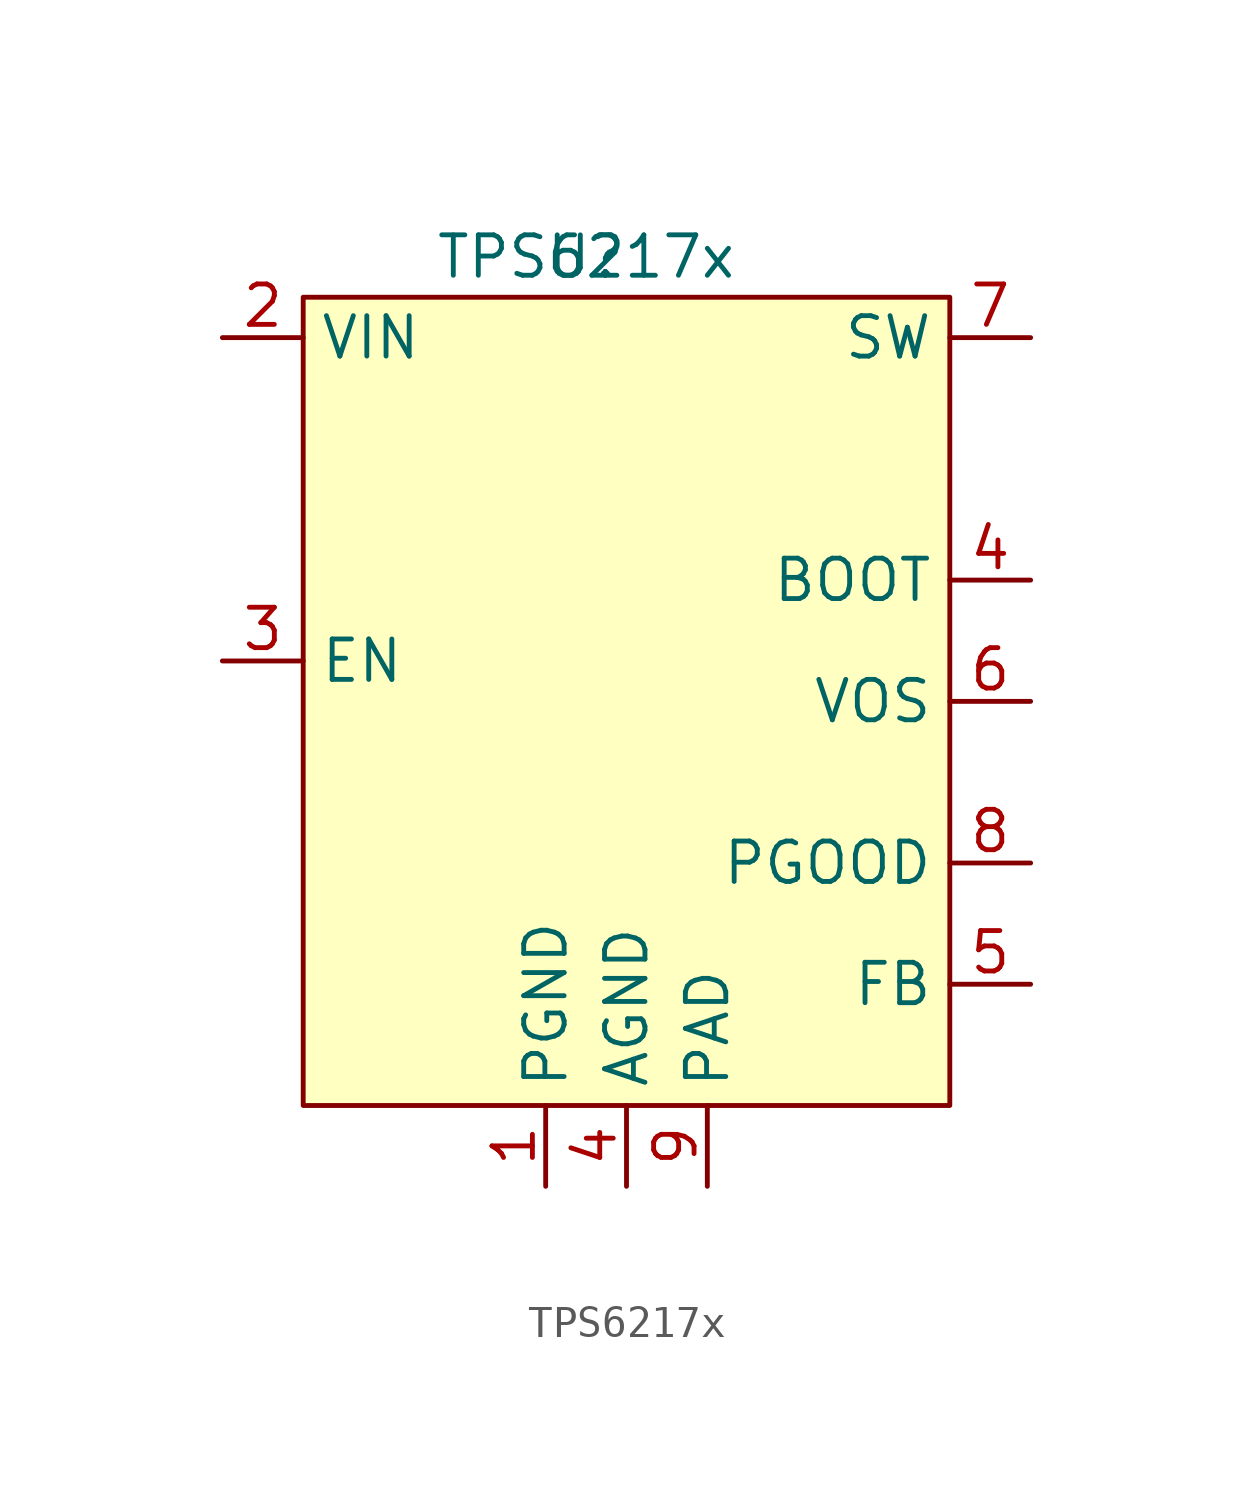
<source format=kicad_sym>
(kicad_symbol_lib
  (version 20231120)
  (generator "kicad_symbol_editor")
  (generator_version "8.0")
  (symbol "TPS6217x"
    (property "Reference" "U"
      (at 0 0 0)
      (effects (font (size 1.27 1.27))))
    (property "Value" "TPS6217x"
      (at 0 0 0)
      (effects (font (size 1.27 1.27))))
    (symbol "TPS6217x_1_1"
      (rectangle (start -8.89 -1.27) (end 11.43 -26.67) (stroke (width 0) (type default)) (fill (type background)))
      (pin passive line (at -1.27 -29.21 90) (length 2.54) (name "PGND" (effects (font (size 1.27 1.27)))) (number "1" (effects (font (size 1.27 1.27)))))
      (pin power_in line (at -11.43 -2.54 0) (length 2.54) (name "VIN" (effects (font (size 1.27 1.27)))) (number "2" (effects (font (size 1.27 1.27)))))
      (pin input line (at -11.43 -12.7 0) (length 2.54) (name "EN" (effects (font (size 1.27 1.27)))) (number "3" (effects (font (size 1.27 1.27)))))
      (pin passive line (at 1.27 -29.21 90) (length 2.54) (name "AGND" (effects (font (size 1.27 1.27)))) (number "4" (effects (font (size 1.27 1.27)))))
      (pin output line (at 13.97 -10.16 180) (length 2.54) (name "BOOT" (effects (font (size 1.27 1.27)))) (number "4" (effects (font (size 1.27 1.27)))))
      (pin input line (at 13.97 -22.86 180) (length 2.54) (name "FB" (effects (font (size 1.27 1.27)))) (number "5" (effects (font (size 1.27 1.27)))))
      (pin output line (at 13.97 -13.97 180) (length 2.54) (name "VOS" (effects (font (size 1.27 1.27)))) (number "6" (effects (font (size 1.27 1.27)))))
      (pin power_out line (at 13.97 -2.54 180) (length 2.54) (name "SW" (effects (font (size 1.27 1.27)))) (number "7" (effects (font (size 1.27 1.27)))))
      (pin output line (at 13.97 -19.05 180) (length 2.54) (name "PGOOD" (effects (font (size 1.27 1.27)))) (number "8" (effects (font (size 1.27 1.27)))))
      (pin passive line (at 3.81 -29.21 90) (length 2.54) (name "PAD" (effects (font (size 1.27 1.27)))) (number "9" (effects (font (size 1.27 1.27))))))))
</source>
